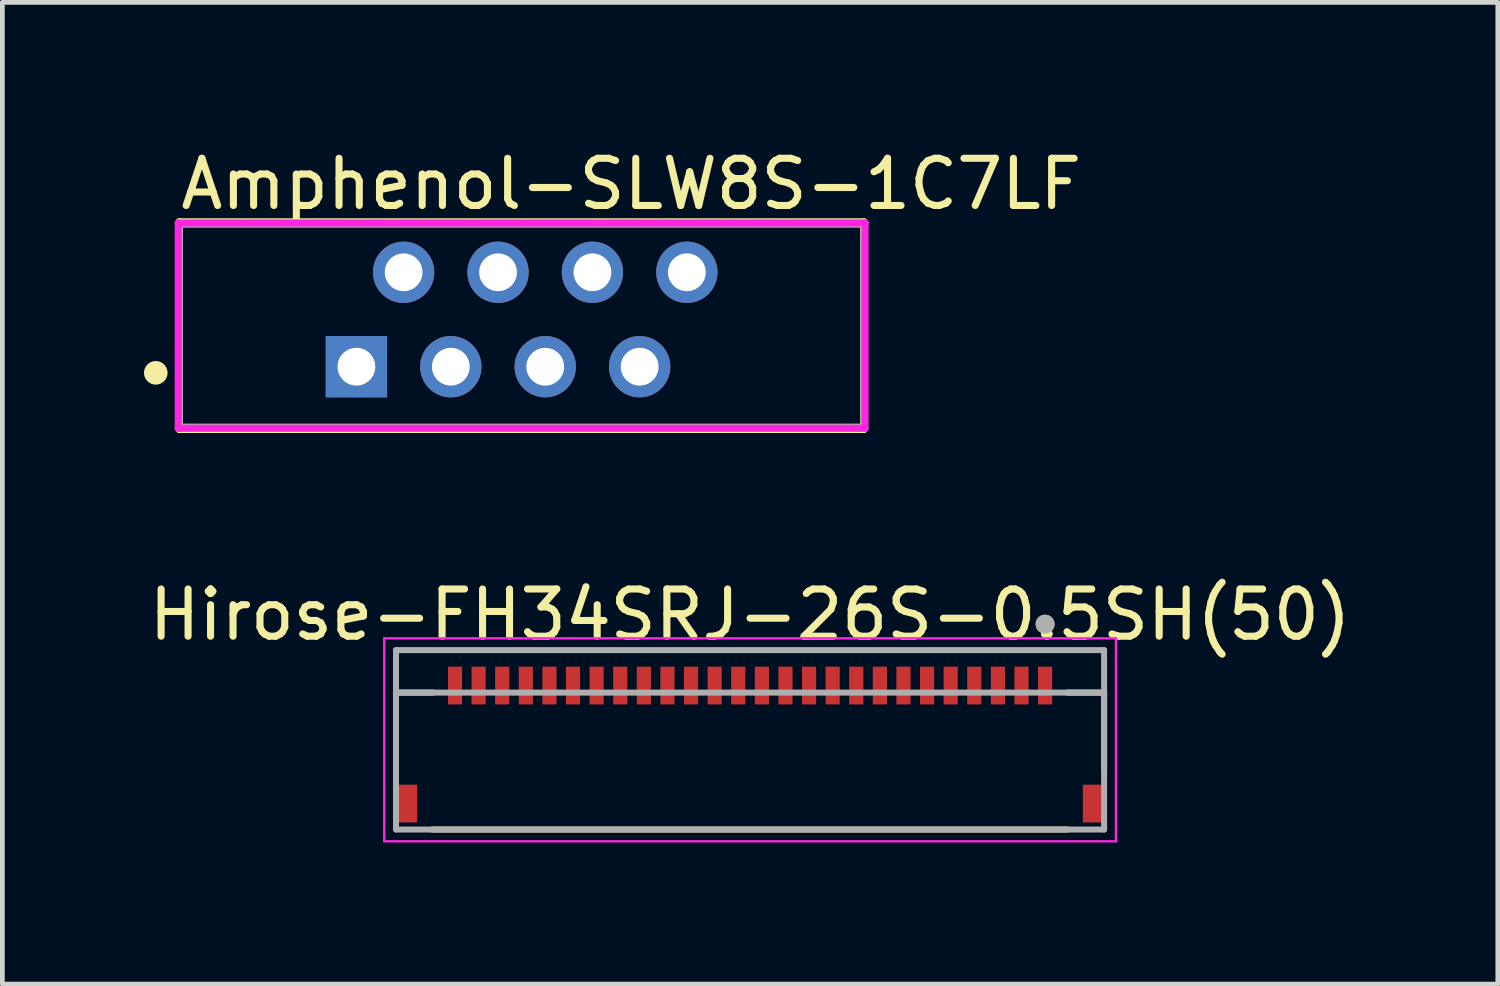
<source format=kicad_pcb>
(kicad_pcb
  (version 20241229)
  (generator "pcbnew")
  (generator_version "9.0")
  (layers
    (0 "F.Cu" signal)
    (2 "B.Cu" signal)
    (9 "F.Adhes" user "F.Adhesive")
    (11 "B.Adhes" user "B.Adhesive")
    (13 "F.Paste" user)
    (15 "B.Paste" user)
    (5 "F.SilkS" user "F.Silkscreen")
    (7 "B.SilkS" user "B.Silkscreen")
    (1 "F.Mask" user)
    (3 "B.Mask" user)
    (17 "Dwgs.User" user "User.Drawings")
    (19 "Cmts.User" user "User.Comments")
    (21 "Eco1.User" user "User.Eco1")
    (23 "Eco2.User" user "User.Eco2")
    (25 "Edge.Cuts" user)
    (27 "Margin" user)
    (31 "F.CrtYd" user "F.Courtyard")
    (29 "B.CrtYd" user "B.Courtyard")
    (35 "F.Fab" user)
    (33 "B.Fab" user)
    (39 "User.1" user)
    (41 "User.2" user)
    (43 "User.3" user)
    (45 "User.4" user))
  (footprint "Hirose-FH34SRJ-26S-0.5SH(50)"
    (layer "F.Cu")
    (at 12.839 12.722)
    (property "Reference" "Hirose-FH34SRJ-26S-0.5SH(50)" (at 0 -2.75 0) (layer "F.SilkS") (effects (font (size 1 1) (thickness 0.15))))
    (attr smd)
    (fp_line (start -7.5 -1.1) (end -7.5 0.53) (stroke (width 0.127) (type solid)) (layer "F.SilkS"))
    (fp_line (start -6.73 1.8) (end 6.73 1.8) (stroke (width 0.127) (type solid)) (layer "F.SilkS"))
    (fp_line (start -6.72 -1.1) (end -7.5 -1.1) (stroke (width 0.127) (type solid)) (layer "F.SilkS"))
    (fp_line (start 6.72 -1.1) (end 7.5 -1.1) (stroke (width 0.127) (type solid)) (layer "F.SilkS"))
    (fp_line (start 7.5 -1.1) (end 7.5 0.53) (stroke (width 0.127) (type solid)) (layer "F.SilkS"))
    (fp_circle (center 6.25 -2.55) (end 6.35 -2.55) (stroke (width 0.2) (type solid)) (fill no) (layer "F.SilkS"))
    (fp_poly (pts (xy -6.375 -1.65) (xy -6.125 -1.65) (xy -6.125 -1) (xy -6.375 -1)) (stroke (width 0.01) (type solid)) (fill yes) (layer "F.Paste"))
    (fp_poly (pts (xy -5.875 -1.65) (xy -5.625 -1.65) (xy -5.625 -1) (xy -5.875 -1)) (stroke (width 0.01) (type solid)) (fill yes) (layer "F.Paste"))
    (fp_poly (pts (xy -5.375 -1.65) (xy -5.125 -1.65) (xy -5.125 -1) (xy -5.375 -1)) (stroke (width 0.01) (type solid)) (fill yes) (layer "F.Paste"))
    (fp_poly (pts (xy -4.875 -1.65) (xy -4.625 -1.65) (xy -4.625 -1) (xy -4.875 -1)) (stroke (width 0.01) (type solid)) (fill yes) (layer "F.Paste"))
    (fp_poly (pts (xy -4.375 -1.65) (xy -4.125 -1.65) (xy -4.125 -1) (xy -4.375 -1)) (stroke (width 0.01) (type solid)) (fill yes) (layer "F.Paste"))
    (fp_poly (pts (xy -3.875 -1.65) (xy -3.625 -1.65) (xy -3.625 -1) (xy -3.875 -1)) (stroke (width 0.01) (type solid)) (fill yes) (layer "F.Paste"))
    (fp_poly (pts (xy -3.375 -1.65) (xy -3.125 -1.65) (xy -3.125 -1) (xy -3.375 -1)) (stroke (width 0.01) (type solid)) (fill yes) (layer "F.Paste"))
    (fp_poly (pts (xy -2.875 -1.65) (xy -2.625 -1.65) (xy -2.625 -1) (xy -2.875 -1)) (stroke (width 0.01) (type solid)) (fill yes) (layer "F.Paste"))
    (fp_poly (pts (xy -2.375 -1.65) (xy -2.125 -1.65) (xy -2.125 -1) (xy -2.375 -1)) (stroke (width 0.01) (type solid)) (fill yes) (layer "F.Paste"))
    (fp_poly (pts (xy -1.875 -1.65) (xy -1.625 -1.65) (xy -1.625 -1) (xy -1.875 -1)) (stroke (width 0.01) (type solid)) (fill yes) (layer "F.Paste"))
    (fp_poly (pts (xy -1.375 -1.65) (xy -1.125 -1.65) (xy -1.125 -1) (xy -1.375 -1)) (stroke (width 0.01) (type solid)) (fill yes) (layer "F.Paste"))
    (fp_poly (pts (xy -0.875 -1.65) (xy -0.625 -1.65) (xy -0.625 -1) (xy -0.875 -1)) (stroke (width 0.01) (type solid)) (fill yes) (layer "F.Paste"))
    (fp_poly (pts (xy -0.375 -1.65) (xy -0.125 -1.65) (xy -0.125 -1) (xy -0.375 -1)) (stroke (width 0.01) (type solid)) (fill yes) (layer "F.Paste"))
    (fp_poly (pts (xy 0.125 -1.65) (xy 0.375 -1.65) (xy 0.375 -1) (xy 0.125 -1)) (stroke (width 0.01) (type solid)) (fill yes) (layer "F.Paste"))
    (fp_poly (pts (xy 0.625 -1.65) (xy 0.875 -1.65) (xy 0.875 -1) (xy 0.625 -1)) (stroke (width 0.01) (type solid)) (fill yes) (layer "F.Paste"))
    (fp_poly (pts (xy 1.125 -1.65) (xy 1.375 -1.65) (xy 1.375 -1) (xy 1.125 -1)) (stroke (width 0.01) (type solid)) (fill yes) (layer "F.Paste"))
    (fp_poly (pts (xy 1.625 -1.65) (xy 1.875 -1.65) (xy 1.875 -1) (xy 1.625 -1)) (stroke (width 0.01) (type solid)) (fill yes) (layer "F.Paste"))
    (fp_poly (pts (xy 2.125 -1.65) (xy 2.375 -1.65) (xy 2.375 -1) (xy 2.125 -1)) (stroke (width 0.01) (type solid)) (fill yes) (layer "F.Paste"))
    (fp_poly (pts (xy 2.625 -1.65) (xy 2.875 -1.65) (xy 2.875 -1) (xy 2.625 -1)) (stroke (width 0.01) (type solid)) (fill yes) (layer "F.Paste"))
    (fp_poly (pts (xy 3.125 -1.65) (xy 3.375 -1.65) (xy 3.375 -1) (xy 3.125 -1)) (stroke (width 0.01) (type solid)) (fill yes) (layer "F.Paste"))
    (fp_poly (pts (xy 3.625 -1.65) (xy 3.875 -1.65) (xy 3.875 -1) (xy 3.625 -1)) (stroke (width 0.01) (type solid)) (fill yes) (layer "F.Paste"))
    (fp_poly (pts (xy 4.125 -1.65) (xy 4.375 -1.65) (xy 4.375 -1) (xy 4.125 -1)) (stroke (width 0.01) (type solid)) (fill yes) (layer "F.Paste"))
    (fp_poly (pts (xy 4.625 -1.65) (xy 4.875 -1.65) (xy 4.875 -1) (xy 4.625 -1)) (stroke (width 0.01) (type solid)) (fill yes) (layer "F.Paste"))
    (fp_poly (pts (xy 5.125 -1.65) (xy 5.375 -1.65) (xy 5.375 -1) (xy 5.125 -1)) (stroke (width 0.01) (type solid)) (fill yes) (layer "F.Paste"))
    (fp_poly (pts (xy 5.625 -1.65) (xy 5.875 -1.65) (xy 5.875 -1) (xy 5.625 -1)) (stroke (width 0.01) (type solid)) (fill yes) (layer "F.Paste"))
    (fp_poly (pts (xy 6.125 -1.65) (xy 6.375 -1.65) (xy 6.375 -1) (xy 6.125 -1)) (stroke (width 0.01) (type solid)) (fill yes) (layer "F.Paste"))
    (fp_line (start -7.75 -2.25) (end -7.75 2.05) (stroke (width 0.05) (type solid)) (layer "F.CrtYd"))
    (fp_line (start -7.75 2.05) (end 7.75 2.05) (stroke (width 0.05) (type solid)) (layer "F.CrtYd"))
    (fp_line (start 7.75 -2.25) (end -7.75 -2.25) (stroke (width 0.05) (type solid)) (layer "F.CrtYd"))
    (fp_line (start 7.75 2.05) (end 7.75 -2.25) (stroke (width 0.05) (type solid)) (layer "F.CrtYd"))
    (fp_line (start -7.5 -2) (end 7.5 -2) (stroke (width 0.127) (type solid)) (layer "F.Fab"))
    (fp_line (start -7.5 -1.1) (end -7.5 -2) (stroke (width 0.127) (type solid)) (layer "F.Fab"))
    (fp_line (start -7.5 -1.1) (end 7.5 -1.1) (stroke (width 0.127) (type solid)) (layer "F.Fab"))
    (fp_line (start -7.5 1.8) (end -7.5 -1.1) (stroke (width 0.127) (type solid)) (layer "F.Fab"))
    (fp_line (start 7.5 -2) (end 7.5 -1.1) (stroke (width 0.127) (type solid)) (layer "F.Fab"))
    (fp_line (start 7.5 -1.1) (end 7.5 1.8) (stroke (width 0.127) (type solid)) (layer "F.Fab"))
    (fp_line (start 7.5 1.8) (end -7.5 1.8) (stroke (width 0.127) (type solid)) (layer "F.Fab"))
    (fp_circle (center 6.25 -2.55) (end 6.35 -2.55) (stroke (width 0.2) (type solid)) (fill no) (layer "F.Fab"))
    (pad "1" smd rect (at 6.25 -1.25) (size 0.3 0.8) (layers "F.Cu" "F.Mask"))
    (pad "2" smd rect (at 5.75 -1.25) (size 0.3 0.8) (layers "F.Cu" "F.Mask"))
    (pad "3" smd rect (at 5.25 -1.25) (size 0.3 0.8) (layers "F.Cu" "F.Mask"))
    (pad "4" smd rect (at 4.75 -1.25) (size 0.3 0.8) (layers "F.Cu" "F.Mask"))
    (pad "5" smd rect (at 4.25 -1.25) (size 0.3 0.8) (layers "F.Cu" "F.Mask"))
    (pad "6" smd rect (at 3.75 -1.25) (size 0.3 0.8) (layers "F.Cu" "F.Mask"))
    (pad "7" smd rect (at 3.25 -1.25) (size 0.3 0.8) (layers "F.Cu" "F.Mask"))
    (pad "8" smd rect (at 2.75 -1.25) (size 0.3 0.8) (layers "F.Cu" "F.Mask"))
    (pad "9" smd rect (at 2.25 -1.25) (size 0.3 0.8) (layers "F.Cu" "F.Mask"))
    (pad "10" smd rect (at 1.75 -1.25) (size 0.3 0.8) (layers "F.Cu" "F.Mask"))
    (pad "11" smd rect (at 1.25 -1.25) (size 0.3 0.8) (layers "F.Cu" "F.Mask"))
    (pad "12" smd rect (at 0.75 -1.25) (size 0.3 0.8) (layers "F.Cu" "F.Mask"))
    (pad "13" smd rect (at 0.25 -1.25) (size 0.3 0.8) (layers "F.Cu" "F.Mask"))
    (pad "14" smd rect (at -0.25 -1.25) (size 0.3 0.8) (layers "F.Cu" "F.Mask"))
    (pad "15" smd rect (at -0.75 -1.25) (size 0.3 0.8) (layers "F.Cu" "F.Mask"))
    (pad "16" smd rect (at -1.25 -1.25) (size 0.3 0.8) (layers "F.Cu" "F.Mask"))
    (pad "17" smd rect (at -1.75 -1.25) (size 0.3 0.8) (layers "F.Cu" "F.Mask"))
    (pad "18" smd rect (at -2.25 -1.25) (size 0.3 0.8) (layers "F.Cu" "F.Mask"))
    (pad "19" smd rect (at -2.75 -1.25) (size 0.3 0.8) (layers "F.Cu" "F.Mask"))
    (pad "20" smd rect (at -3.25 -1.25) (size 0.3 0.8) (layers "F.Cu" "F.Mask"))
    (pad "21" smd rect (at -3.75 -1.25) (size 0.3 0.8) (layers "F.Cu" "F.Mask"))
    (pad "22" smd rect (at -4.25 -1.25) (size 0.3 0.8) (layers "F.Cu" "F.Mask"))
    (pad "23" smd rect (at -4.75 -1.25) (size 0.3 0.8) (layers "F.Cu" "F.Mask"))
    (pad "24" smd rect (at -5.25 -1.25) (size 0.3 0.8) (layers "F.Cu" "F.Mask"))
    (pad "25" smd rect (at -5.75 -1.25) (size 0.3 0.8) (layers "F.Cu" "F.Mask"))
    (pad "26" smd rect (at -6.25 -1.25) (size 0.3 0.8) (layers "F.Cu" "F.Mask"))
    (pad "S1" smd rect (at 7.25 1.25) (size 0.4 0.8) (layers "F.Cu" "F.Mask" "F.Paste"))
    (pad "S2" smd rect (at -7.25 1.25) (size 0.4 0.8) (layers "F.Cu" "F.Mask" "F.Paste")))
  (footprint "Amphenol-SLW8S-1C7LF"
    (layer "F.Cu")
    (at 8 3.848)
    (property "Reference" "Amphenol-SLW8S-1C7LF" (at -7.3 -3 0) (layer "F.SilkS") (effects (font (size 1 1) (thickness 0.15)) (justify left)))
    (attr through_hole)
    (fp_line (start -7.25 -2.2) (end 7.25 -2.2) (stroke (width 0.15) (type solid)) (layer "F.SilkS"))
    (fp_line (start -7.25 2.2) (end -7.25 -2.2) (stroke (width 0.15) (type solid)) (layer "F.SilkS"))
    (fp_line (start -7.25 2.2) (end 7.25 2.2) (stroke (width 0.15) (type solid)) (layer "F.SilkS"))
    (fp_line (start 7.25 2.2) (end 7.25 -2.2) (stroke (width 0.15) (type solid)) (layer "F.SilkS"))
    (fp_circle (center -7.75 1) (end -7.625 1) (stroke (width 0.25) (type solid)) (fill no) (layer "F.SilkS"))
    (fp_line (start -7.275 -2.175) (end -7.275 2.175) (stroke (width 0.15) (type solid)) (layer "F.CrtYd"))
    (fp_line (start -7.275 2.175) (end 7.275 2.175) (stroke (width 0.15) (type solid)) (layer "F.CrtYd"))
    (fp_line (start 7.275 -2.175) (end -7.275 -2.175) (stroke (width 0.15) (type solid)) (layer "F.CrtYd"))
    (fp_line (start 7.275 -2.175) (end 7.275 -2.175) (stroke (width 0.15) (type solid)) (layer "F.CrtYd"))
    (fp_line (start 7.275 2.175) (end 7.275 -2.175) (stroke (width 0.15) (type solid)) (layer "F.CrtYd"))
    (fp_line (start -7.25 -2.15) (end 7.25 -2.15) (stroke (width 0.15) (type solid)) (layer "F.Fab"))
    (fp_line (start -7.25 2.15) (end -7.25 -2.15) (stroke (width 0.15) (type solid)) (layer "F.Fab"))
    (fp_line (start 7.25 -2.15) (end 7.25 2.15) (stroke (width 0.15) (type solid)) (layer "F.Fab"))
    (fp_line (start 7.25 2.15) (end -7.25 2.15) (stroke (width 0.15) (type solid)) (layer "F.Fab"))
    (pad "1" thru_hole rect (at -3.5 0.87) (size 1.3 1.3) (drill 0.8) (layers "*.Cu" "*.Mask"))
    (pad "2" thru_hole circle (at -2.5 -1.13) (size 1.3 1.3) (drill 0.8) (layers "*.Cu" "*.Mask"))
    (pad "3" thru_hole circle (at -1.5 0.87) (size 1.3 1.3) (drill 0.8) (layers "*.Cu" "*.Mask"))
    (pad "4" thru_hole circle (at -0.5 -1.13) (size 1.3 1.3) (drill 0.8) (layers "*.Cu" "*.Mask"))
    (pad "5" thru_hole circle (at 0.5 0.87) (size 1.3 1.3) (drill 0.8) (layers "*.Cu" "*.Mask"))
    (pad "6" thru_hole circle (at 1.5 -1.13) (size 1.3 1.3) (drill 0.8) (layers "*.Cu" "*.Mask"))
    (pad "7" thru_hole circle (at 2.5 0.87) (size 1.3 1.3) (drill 0.8) (layers "*.Cu" "*.Mask"))
    (pad "8" thru_hole circle (at 3.5 -1.13) (size 1.3 1.3) (drill 0.8) (layers "*.Cu" "*.Mask")))
  (gr_rect
    (start -3 -3)
    (end 28.679 17.797)
    (stroke (width 0.1) (type default))
    (fill no)
    (layer "Edge.Cuts")))
</source>
